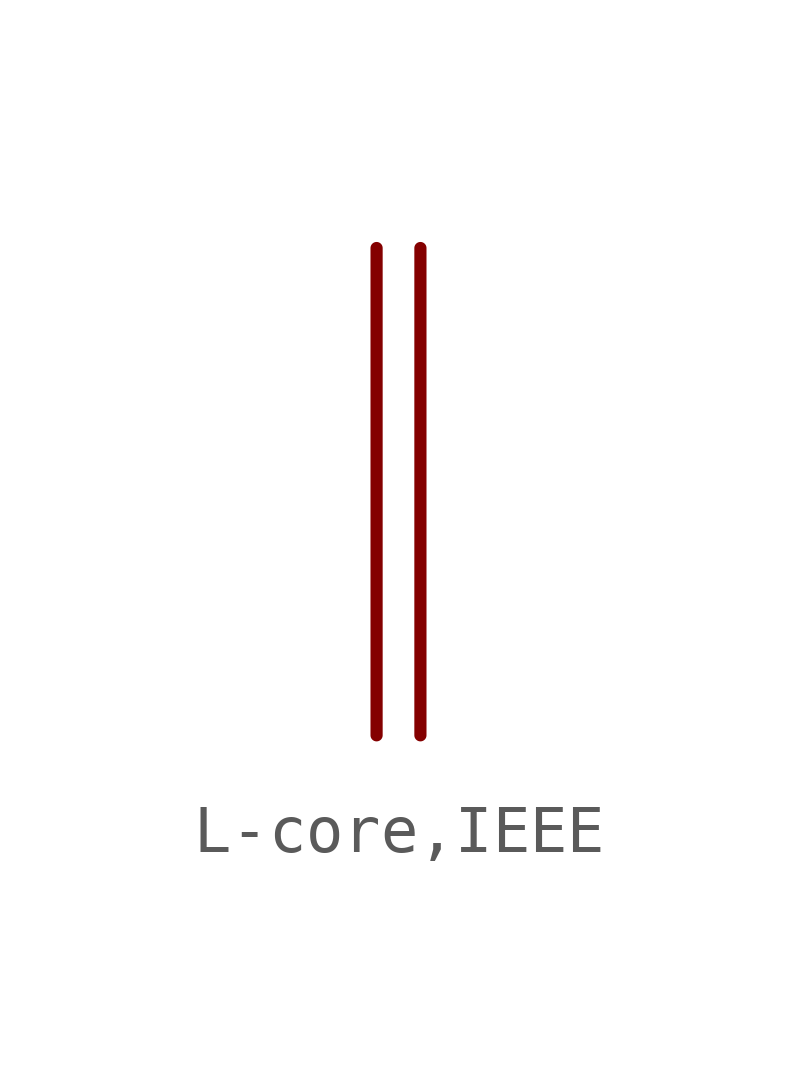
<source format=kicad_sym>
(kicad_symbol_lib
  (version 20211014)
  (generator kicad_symbol_editor)
  (symbol "L-core,IEEE"
    (pin_numbers hide)
    (pin_names
      (offset 0) hide)
    (property "Reference" "#SYM"
      (at 0 0 0)
      (effects (font (size 0 0)) hide))
    (symbol "L-core,IEEE_1_1"
      (polyline (pts (xy -0.457 5.08) (xy -0.457 -5.08)) (stroke (width 0.254) (type default) (color 0 0 0 0)) (fill (type none)))
      (polyline (pts (xy 0.457 5.08) (xy 0.457 -5.08)) (stroke (width 0.254) (type default) (color 0 0 0 0)) (fill (type none))))))
</source>
